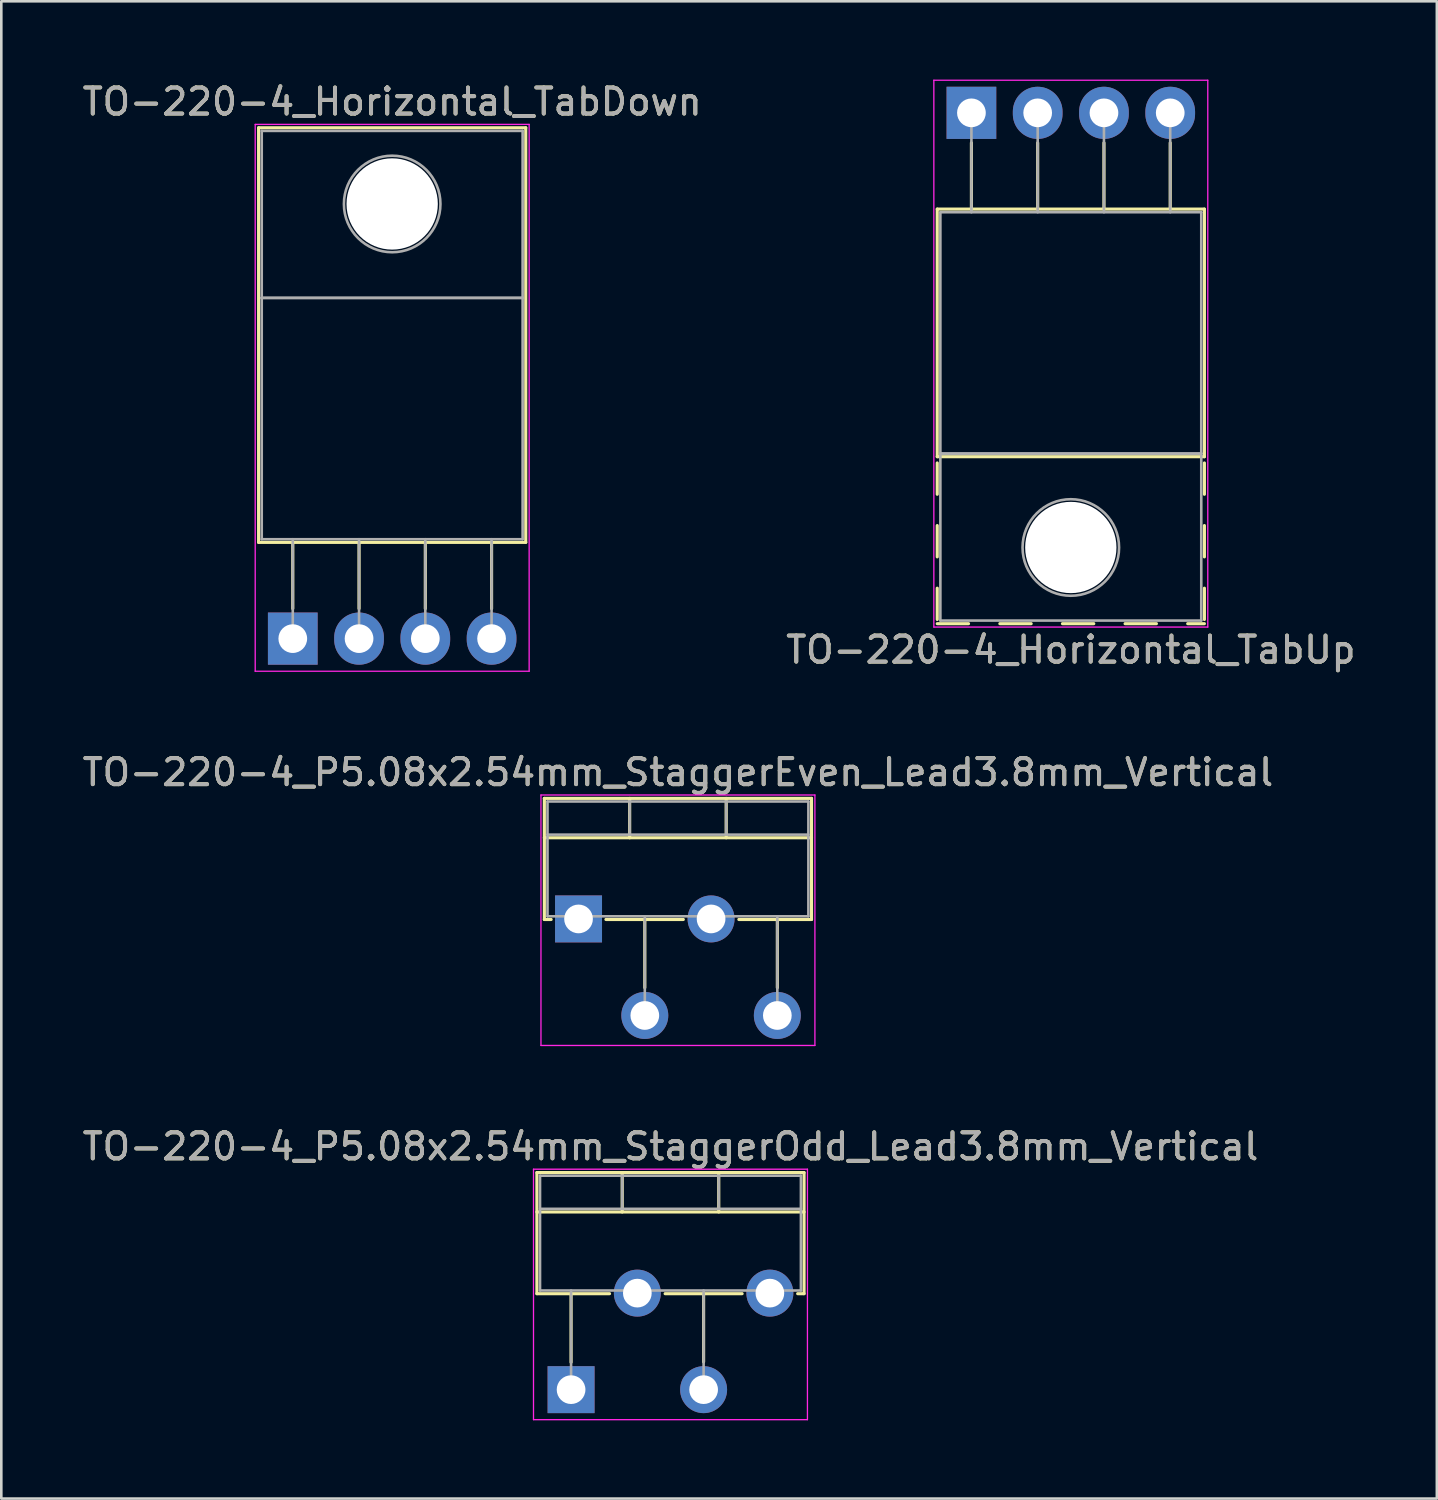
<source format=kicad_pcb>
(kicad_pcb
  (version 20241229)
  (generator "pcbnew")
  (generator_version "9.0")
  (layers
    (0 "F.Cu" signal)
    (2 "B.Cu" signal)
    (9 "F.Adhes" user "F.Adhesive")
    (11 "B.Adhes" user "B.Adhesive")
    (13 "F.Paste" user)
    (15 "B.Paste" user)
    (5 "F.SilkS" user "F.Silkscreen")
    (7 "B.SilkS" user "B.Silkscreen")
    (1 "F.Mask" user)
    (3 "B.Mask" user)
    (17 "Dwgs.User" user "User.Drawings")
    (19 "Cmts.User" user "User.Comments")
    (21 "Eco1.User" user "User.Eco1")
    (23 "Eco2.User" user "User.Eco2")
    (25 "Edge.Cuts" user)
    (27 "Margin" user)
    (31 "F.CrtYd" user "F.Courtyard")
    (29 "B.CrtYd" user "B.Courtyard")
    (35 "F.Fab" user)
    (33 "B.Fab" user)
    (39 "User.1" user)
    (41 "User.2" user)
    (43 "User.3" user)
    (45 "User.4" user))
  (footprint "TO-220-4_Horizontal_TabUp"
    (layer "F.Cu")
    (at 34.184 1.275)
    (property "Reference" "TO-220-4_Horizontal_TabUp" (at 3.81 20.58 0) (layer "F.SilkS") (effects (font (size 1 1) (thickness 0.15))))
    (attr through_hole)
    (fp_line (start -1.31 3.69) (end -1.31 13.18) (stroke (width 0.12) (type solid)) (layer "F.SilkS"))
    (fp_line (start -1.31 3.69) (end 8.93 3.69) (stroke (width 0.12) (type solid)) (layer "F.SilkS"))
    (fp_line (start -1.31 13.18) (end 8.93 13.18) (stroke (width 0.12) (type solid)) (layer "F.SilkS"))
    (fp_line (start -1.31 13.42) (end -1.31 14.62) (stroke (width 0.12) (type solid)) (layer "F.SilkS"))
    (fp_line (start -1.31 15.82) (end -1.31 17.02) (stroke (width 0.12) (type solid)) (layer "F.SilkS"))
    (fp_line (start -1.31 18.22) (end -1.31 19.42) (stroke (width 0.12) (type solid)) (layer "F.SilkS"))
    (fp_line (start -1.31 19.58) (end -0.111 19.58) (stroke (width 0.12) (type solid)) (layer "F.SilkS"))
    (fp_line (start 0 1.15) (end 0 3.69) (stroke (width 0.12) (type solid)) (layer "F.SilkS"))
    (fp_line (start 1.09 19.58) (end 2.29 19.58) (stroke (width 0.12) (type solid)) (layer "F.SilkS"))
    (fp_line (start 2.54 1.15) (end 2.54 3.69) (stroke (width 0.12) (type solid)) (layer "F.SilkS"))
    (fp_line (start 3.49 19.58) (end 4.69 19.58) (stroke (width 0.12) (type solid)) (layer "F.SilkS"))
    (fp_line (start 5.08 1.15) (end 5.08 3.69) (stroke (width 0.12) (type solid)) (layer "F.SilkS"))
    (fp_line (start 5.89 19.58) (end 7.091 19.58) (stroke (width 0.12) (type solid)) (layer "F.SilkS"))
    (fp_line (start 7.62 1.15) (end 7.62 3.69) (stroke (width 0.12) (type solid)) (layer "F.SilkS"))
    (fp_line (start 8.29 19.58) (end 8.93 19.58) (stroke (width 0.12) (type solid)) (layer "F.SilkS"))
    (fp_line (start 8.93 3.69) (end 8.93 13.18) (stroke (width 0.12) (type solid)) (layer "F.SilkS"))
    (fp_line (start 8.93 13.42) (end 8.93 14.62) (stroke (width 0.12) (type solid)) (layer "F.SilkS"))
    (fp_line (start 8.93 15.82) (end 8.93 17.02) (stroke (width 0.12) (type solid)) (layer "F.SilkS"))
    (fp_line (start 8.93 18.22) (end 8.93 19.42) (stroke (width 0.12) (type solid)) (layer "F.SilkS"))
    (fp_line (start -1.44 -1.25) (end -1.44 19.71) (stroke (width 0.05) (type solid)) (layer "F.CrtYd"))
    (fp_line (start -1.44 19.71) (end 9.06 19.71) (stroke (width 0.05) (type solid)) (layer "F.CrtYd"))
    (fp_line (start 9.06 -1.25) (end -1.44 -1.25) (stroke (width 0.05) (type solid)) (layer "F.CrtYd"))
    (fp_line (start 9.06 19.71) (end 9.06 -1.25) (stroke (width 0.05) (type solid)) (layer "F.CrtYd"))
    (fp_line (start -1.19 3.81) (end -1.19 13.06) (stroke (width 0.1) (type solid)) (layer "F.Fab"))
    (fp_line (start -1.19 13.06) (end -1.19 19.46) (stroke (width 0.1) (type solid)) (layer "F.Fab"))
    (fp_line (start -1.19 13.06) (end 8.81 13.06) (stroke (width 0.1) (type solid)) (layer "F.Fab"))
    (fp_line (start -1.19 19.46) (end 8.81 19.46) (stroke (width 0.1) (type solid)) (layer "F.Fab"))
    (fp_line (start 0 3.81) (end 0 0) (stroke (width 0.1) (type solid)) (layer "F.Fab"))
    (fp_line (start 2.54 3.81) (end 2.54 0) (stroke (width 0.1) (type solid)) (layer "F.Fab"))
    (fp_line (start 5.08 3.81) (end 5.08 0) (stroke (width 0.1) (type solid)) (layer "F.Fab"))
    (fp_line (start 7.62 3.81) (end 7.62 0) (stroke (width 0.1) (type solid)) (layer "F.Fab"))
    (fp_line (start 8.81 3.81) (end -1.19 3.81) (stroke (width 0.1) (type solid)) (layer "F.Fab"))
    (fp_line (start 8.81 13.06) (end -1.19 13.06) (stroke (width 0.1) (type solid)) (layer "F.Fab"))
    (fp_line (start 8.81 13.06) (end 8.81 3.81) (stroke (width 0.1) (type solid)) (layer "F.Fab"))
    (fp_line (start 8.81 19.46) (end 8.81 13.06) (stroke (width 0.1) (type solid)) (layer "F.Fab"))
    (fp_circle (center 3.81 16.66) (end 5.66 16.66) (stroke (width 0.1) (type solid)) (fill no) (layer "F.Fab"))
    (fp_text user "${REFERENCE}" (at 3.81 20.58 0) (layer "F.Fab") (effects (font (size 1 1) (thickness 0.15))))
    (pad "" np_thru_hole oval (at 3.81 16.66) (size 3.5 3.5) (drill 3.5) (layers "*.Cu" "*.Mask"))
    (pad "1" thru_hole rect (at 0 0) (size 1.905 2) (drill 1.1) (layers "*.Cu" "*.Mask"))
    (pad "2" thru_hole oval (at 2.54 0) (size 1.905 2) (drill 1.1) (layers "*.Cu" "*.Mask"))
    (pad "3" thru_hole oval (at 5.08 0) (size 1.905 2) (drill 1.1) (layers "*.Cu" "*.Mask"))
    (pad "4" thru_hole oval (at 7.62 0) (size 1.905 2) (drill 1.1) (layers "*.Cu" "*.Mask")))
  (footprint "TO-220-4_P5.08x2.54mm_StaggerOdd_Lead3.8mm_Vertical"
    (layer "F.Cu")
    (at 18.839 50.215)
    (property "Reference" "TO-220-4_P5.08x2.54mm_StaggerOdd_Lead3.8mm_Vertical" (at 3.81 -9.32 0) (layer "F.SilkS") (effects (font (size 1 1) (thickness 0.15))))
    (attr through_hole)
    (fp_line (start -1.31 -8.32) (end -1.31 -3.679) (stroke (width 0.12) (type solid)) (layer "F.SilkS"))
    (fp_line (start -1.31 -8.32) (end 8.93 -8.32) (stroke (width 0.12) (type solid)) (layer "F.SilkS"))
    (fp_line (start -1.31 -6.811) (end 8.93 -6.811) (stroke (width 0.12) (type solid)) (layer "F.SilkS"))
    (fp_line (start -1.31 -3.679) (end 1.475 -3.679) (stroke (width 0.12) (type solid)) (layer "F.SilkS"))
    (fp_line (start 0 -3.679) (end 0 -1.049) (stroke (width 0.12) (type solid)) (layer "F.SilkS"))
    (fp_line (start 1.96 -8.32) (end 1.96 -6.811) (stroke (width 0.12) (type solid)) (layer "F.SilkS"))
    (fp_line (start 3.605 -3.679) (end 6.556 -3.679) (stroke (width 0.12) (type solid)) (layer "F.SilkS"))
    (fp_line (start 5.08 -3.679) (end 5.08 -1.065) (stroke (width 0.12) (type solid)) (layer "F.SilkS"))
    (fp_line (start 5.66 -8.32) (end 5.66 -6.811) (stroke (width 0.12) (type solid)) (layer "F.SilkS"))
    (fp_line (start 8.685 -3.679) (end 8.93 -3.679) (stroke (width 0.12) (type solid)) (layer "F.SilkS"))
    (fp_line (start 8.93 -8.32) (end 8.93 -3.679) (stroke (width 0.12) (type solid)) (layer "F.SilkS"))
    (fp_line (start -1.44 -8.45) (end -1.44 1.15) (stroke (width 0.05) (type solid)) (layer "F.CrtYd"))
    (fp_line (start -1.44 1.15) (end 9.06 1.15) (stroke (width 0.05) (type solid)) (layer "F.CrtYd"))
    (fp_line (start 9.06 -8.45) (end -1.44 -8.45) (stroke (width 0.05) (type solid)) (layer "F.CrtYd"))
    (fp_line (start 9.06 1.15) (end 9.06 -8.45) (stroke (width 0.05) (type solid)) (layer "F.CrtYd"))
    (fp_line (start -1.19 -8.2) (end -1.19 -3.8) (stroke (width 0.1) (type solid)) (layer "F.Fab"))
    (fp_line (start -1.19 -6.93) (end 8.81 -6.93) (stroke (width 0.1) (type solid)) (layer "F.Fab"))
    (fp_line (start -1.19 -3.8) (end 8.81 -3.8) (stroke (width 0.1) (type solid)) (layer "F.Fab"))
    (fp_line (start 0 -3.8) (end 0 0) (stroke (width 0.1) (type solid)) (layer "F.Fab"))
    (fp_line (start 1.96 -8.2) (end 1.96 -6.93) (stroke (width 0.1) (type solid)) (layer "F.Fab"))
    (fp_line (start 2.54 -3.8) (end 2.54 -3.7) (stroke (width 0.1) (type solid)) (layer "F.Fab"))
    (fp_line (start 5.08 -3.8) (end 5.08 0) (stroke (width 0.1) (type solid)) (layer "F.Fab"))
    (fp_line (start 5.66 -8.2) (end 5.66 -6.93) (stroke (width 0.1) (type solid)) (layer "F.Fab"))
    (fp_line (start 7.62 -3.8) (end 7.62 -3.7) (stroke (width 0.1) (type solid)) (layer "F.Fab"))
    (fp_line (start 8.81 -8.2) (end -1.19 -8.2) (stroke (width 0.1) (type solid)) (layer "F.Fab"))
    (fp_line (start 8.81 -3.8) (end 8.81 -8.2) (stroke (width 0.1) (type solid)) (layer "F.Fab"))
    (fp_text user "${REFERENCE}" (at 3.81 -9.32 0) (layer "F.Fab") (effects (font (size 1 1) (thickness 0.15))))
    (pad "1" thru_hole rect (at 0 0) (size 1.8 1.8) (drill 1.1) (layers "*.Cu" "*.Mask"))
    (pad "2" thru_hole oval (at 2.54 -3.7) (size 1.8 1.8) (drill 1.1) (layers "*.Cu" "*.Mask"))
    (pad "3" thru_hole oval (at 5.08 0) (size 1.8 1.8) (drill 1.1) (layers "*.Cu" "*.Mask"))
    (pad "4" thru_hole oval (at 7.62 -3.7) (size 1.8 1.8) (drill 1.1) (layers "*.Cu" "*.Mask")))
  (footprint "TO-220-4_P5.08x2.54mm_StaggerEven_Lead3.8mm_Vertical"
    (layer "F.Cu")
    (at 19.125 32.172)
    (property "Reference" "TO-220-4_P5.08x2.54mm_StaggerEven_Lead3.8mm_Vertical" (at 3.81 -5.62 0) (layer "F.SilkS") (effects (font (size 1 1) (thickness 0.15))))
    (attr through_hole)
    (fp_line (start -1.31 -4.62) (end -1.31 0.021) (stroke (width 0.12) (type solid)) (layer "F.SilkS"))
    (fp_line (start -1.31 -4.62) (end 8.93 -4.62) (stroke (width 0.12) (type solid)) (layer "F.SilkS"))
    (fp_line (start -1.31 -3.111) (end 8.93 -3.111) (stroke (width 0.12) (type solid)) (layer "F.SilkS"))
    (fp_line (start -1.31 0.021) (end -1.05 0.021) (stroke (width 0.12) (type solid)) (layer "F.SilkS"))
    (fp_line (start 1.05 0.021) (end 4.016 0.021) (stroke (width 0.12) (type solid)) (layer "F.SilkS"))
    (fp_line (start 1.96 -4.62) (end 1.96 -3.111) (stroke (width 0.12) (type solid)) (layer "F.SilkS"))
    (fp_line (start 2.54 0.021) (end 2.54 2.635) (stroke (width 0.12) (type solid)) (layer "F.SilkS"))
    (fp_line (start 5.66 -4.62) (end 5.66 -3.111) (stroke (width 0.12) (type solid)) (layer "F.SilkS"))
    (fp_line (start 6.145 0.021) (end 8.93 0.021) (stroke (width 0.12) (type solid)) (layer "F.SilkS"))
    (fp_line (start 7.62 0.021) (end 7.62 2.635) (stroke (width 0.12) (type solid)) (layer "F.SilkS"))
    (fp_line (start 8.93 -4.62) (end 8.93 0.021) (stroke (width 0.12) (type solid)) (layer "F.SilkS"))
    (fp_line (start -1.44 -4.75) (end -1.44 4.85) (stroke (width 0.05) (type solid)) (layer "F.CrtYd"))
    (fp_line (start -1.44 4.85) (end 9.06 4.85) (stroke (width 0.05) (type solid)) (layer "F.CrtYd"))
    (fp_line (start 9.06 -4.75) (end -1.44 -4.75) (stroke (width 0.05) (type solid)) (layer "F.CrtYd"))
    (fp_line (start 9.06 4.85) (end 9.06 -4.75) (stroke (width 0.05) (type solid)) (layer "F.CrtYd"))
    (fp_line (start -1.19 -4.5) (end -1.19 -0.1) (stroke (width 0.1) (type solid)) (layer "F.Fab"))
    (fp_line (start -1.19 -3.23) (end 8.81 -3.23) (stroke (width 0.1) (type solid)) (layer "F.Fab"))
    (fp_line (start -1.19 -0.1) (end 8.81 -0.1) (stroke (width 0.1) (type solid)) (layer "F.Fab"))
    (fp_line (start 0 -0.1) (end 0 0) (stroke (width 0.1) (type solid)) (layer "F.Fab"))
    (fp_line (start 1.96 -4.5) (end 1.96 -3.23) (stroke (width 0.1) (type solid)) (layer "F.Fab"))
    (fp_line (start 2.54 -0.1) (end 2.54 3.7) (stroke (width 0.1) (type solid)) (layer "F.Fab"))
    (fp_line (start 5.08 -0.1) (end 5.08 0) (stroke (width 0.1) (type solid)) (layer "F.Fab"))
    (fp_line (start 5.66 -4.5) (end 5.66 -3.23) (stroke (width 0.1) (type solid)) (layer "F.Fab"))
    (fp_line (start 7.62 -0.1) (end 7.62 3.7) (stroke (width 0.1) (type solid)) (layer "F.Fab"))
    (fp_line (start 8.81 -4.5) (end -1.19 -4.5) (stroke (width 0.1) (type solid)) (layer "F.Fab"))
    (fp_line (start 8.81 -0.1) (end 8.81 -4.5) (stroke (width 0.1) (type solid)) (layer "F.Fab"))
    (fp_text user "${REFERENCE}" (at 3.81 -5.62 0) (layer "F.Fab") (effects (font (size 1 1) (thickness 0.15))))
    (pad "1" thru_hole rect (at 0 0) (size 1.8 1.8) (drill 1.1) (layers "*.Cu" "*.Mask"))
    (pad "2" thru_hole oval (at 2.54 3.7) (size 1.8 1.8) (drill 1.1) (layers "*.Cu" "*.Mask"))
    (pad "3" thru_hole oval (at 5.08 0) (size 1.8 1.8) (drill 1.1) (layers "*.Cu" "*.Mask"))
    (pad "4" thru_hole oval (at 7.62 3.7) (size 1.8 1.8) (drill 1.1) (layers "*.Cu" "*.Mask")))
  (footprint "TO-220-4_Horizontal_TabDown"
    (layer "F.Cu")
    (at 8.172 21.428)
    (property "Reference" "TO-220-4_Horizontal_TabDown" (at 3.81 -20.58 0) (layer "F.SilkS") (effects (font (size 1 1) (thickness 0.15))))
    (attr through_hole)
    (fp_line (start -1.31 -19.58) (end -1.31 -3.69) (stroke (width 0.12) (type solid)) (layer "F.SilkS"))
    (fp_line (start -1.31 -19.58) (end 8.93 -19.58) (stroke (width 0.12) (type solid)) (layer "F.SilkS"))
    (fp_line (start -1.31 -3.69) (end 8.93 -3.69) (stroke (width 0.12) (type solid)) (layer "F.SilkS"))
    (fp_line (start 0 -3.69) (end 0 -1.15) (stroke (width 0.12) (type solid)) (layer "F.SilkS"))
    (fp_line (start 2.54 -3.69) (end 2.54 -1.15) (stroke (width 0.12) (type solid)) (layer "F.SilkS"))
    (fp_line (start 5.08 -3.69) (end 5.08 -1.15) (stroke (width 0.12) (type solid)) (layer "F.SilkS"))
    (fp_line (start 7.62 -3.69) (end 7.62 -1.15) (stroke (width 0.12) (type solid)) (layer "F.SilkS"))
    (fp_line (start 8.93 -19.58) (end 8.93 -3.69) (stroke (width 0.12) (type solid)) (layer "F.SilkS"))
    (fp_line (start -1.44 -19.71) (end -1.44 1.25) (stroke (width 0.05) (type solid)) (layer "F.CrtYd"))
    (fp_line (start -1.44 1.25) (end 9.06 1.25) (stroke (width 0.05) (type solid)) (layer "F.CrtYd"))
    (fp_line (start 9.06 -19.71) (end -1.44 -19.71) (stroke (width 0.05) (type solid)) (layer "F.CrtYd"))
    (fp_line (start 9.06 1.25) (end 9.06 -19.71) (stroke (width 0.05) (type solid)) (layer "F.CrtYd"))
    (fp_line (start -1.19 -19.46) (end 8.81 -19.46) (stroke (width 0.1) (type solid)) (layer "F.Fab"))
    (fp_line (start -1.19 -13.06) (end -1.19 -19.46) (stroke (width 0.1) (type solid)) (layer "F.Fab"))
    (fp_line (start -1.19 -13.06) (end 8.81 -13.06) (stroke (width 0.1) (type solid)) (layer "F.Fab"))
    (fp_line (start -1.19 -3.81) (end -1.19 -13.06) (stroke (width 0.1) (type solid)) (layer "F.Fab"))
    (fp_line (start 0 -3.81) (end 0 0) (stroke (width 0.1) (type solid)) (layer "F.Fab"))
    (fp_line (start 2.54 -3.81) (end 2.54 0) (stroke (width 0.1) (type solid)) (layer "F.Fab"))
    (fp_line (start 5.08 -3.81) (end 5.08 0) (stroke (width 0.1) (type solid)) (layer "F.Fab"))
    (fp_line (start 7.62 -3.81) (end 7.62 0) (stroke (width 0.1) (type solid)) (layer "F.Fab"))
    (fp_line (start 8.81 -19.46) (end 8.81 -13.06) (stroke (width 0.1) (type solid)) (layer "F.Fab"))
    (fp_line (start 8.81 -13.06) (end -1.19 -13.06) (stroke (width 0.1) (type solid)) (layer "F.Fab"))
    (fp_line (start 8.81 -13.06) (end 8.81 -3.81) (stroke (width 0.1) (type solid)) (layer "F.Fab"))
    (fp_line (start 8.81 -3.81) (end -1.19 -3.81) (stroke (width 0.1) (type solid)) (layer "F.Fab"))
    (fp_circle (center 3.81 -16.66) (end 5.66 -16.66) (stroke (width 0.1) (type solid)) (fill no) (layer "F.Fab"))
    (fp_text user "${REFERENCE}" (at 3.81 -20.58 0) (layer "F.Fab") (effects (font (size 1 1) (thickness 0.15))))
    (pad "" np_thru_hole oval (at 3.81 -16.66) (size 3.5 3.5) (drill 3.5) (layers "*.Cu" "*.Mask"))
    (pad "1" thru_hole rect (at 0 0) (size 1.905 2) (drill 1.1) (layers "*.Cu" "*.Mask"))
    (pad "2" thru_hole oval (at 2.54 0) (size 1.905 2) (drill 1.1) (layers "*.Cu" "*.Mask"))
    (pad "3" thru_hole oval (at 5.08 0) (size 1.905 2) (drill 1.1) (layers "*.Cu" "*.Mask"))
    (pad "4" thru_hole oval (at 7.62 0) (size 1.905 2) (drill 1.1) (layers "*.Cu" "*.Mask")))
  (gr_rect
    (start -3 -3)
    (end 52.024 54.39)
    (stroke (width 0.1) (type default))
    (fill no)
    (layer "Edge.Cuts")))
</source>
